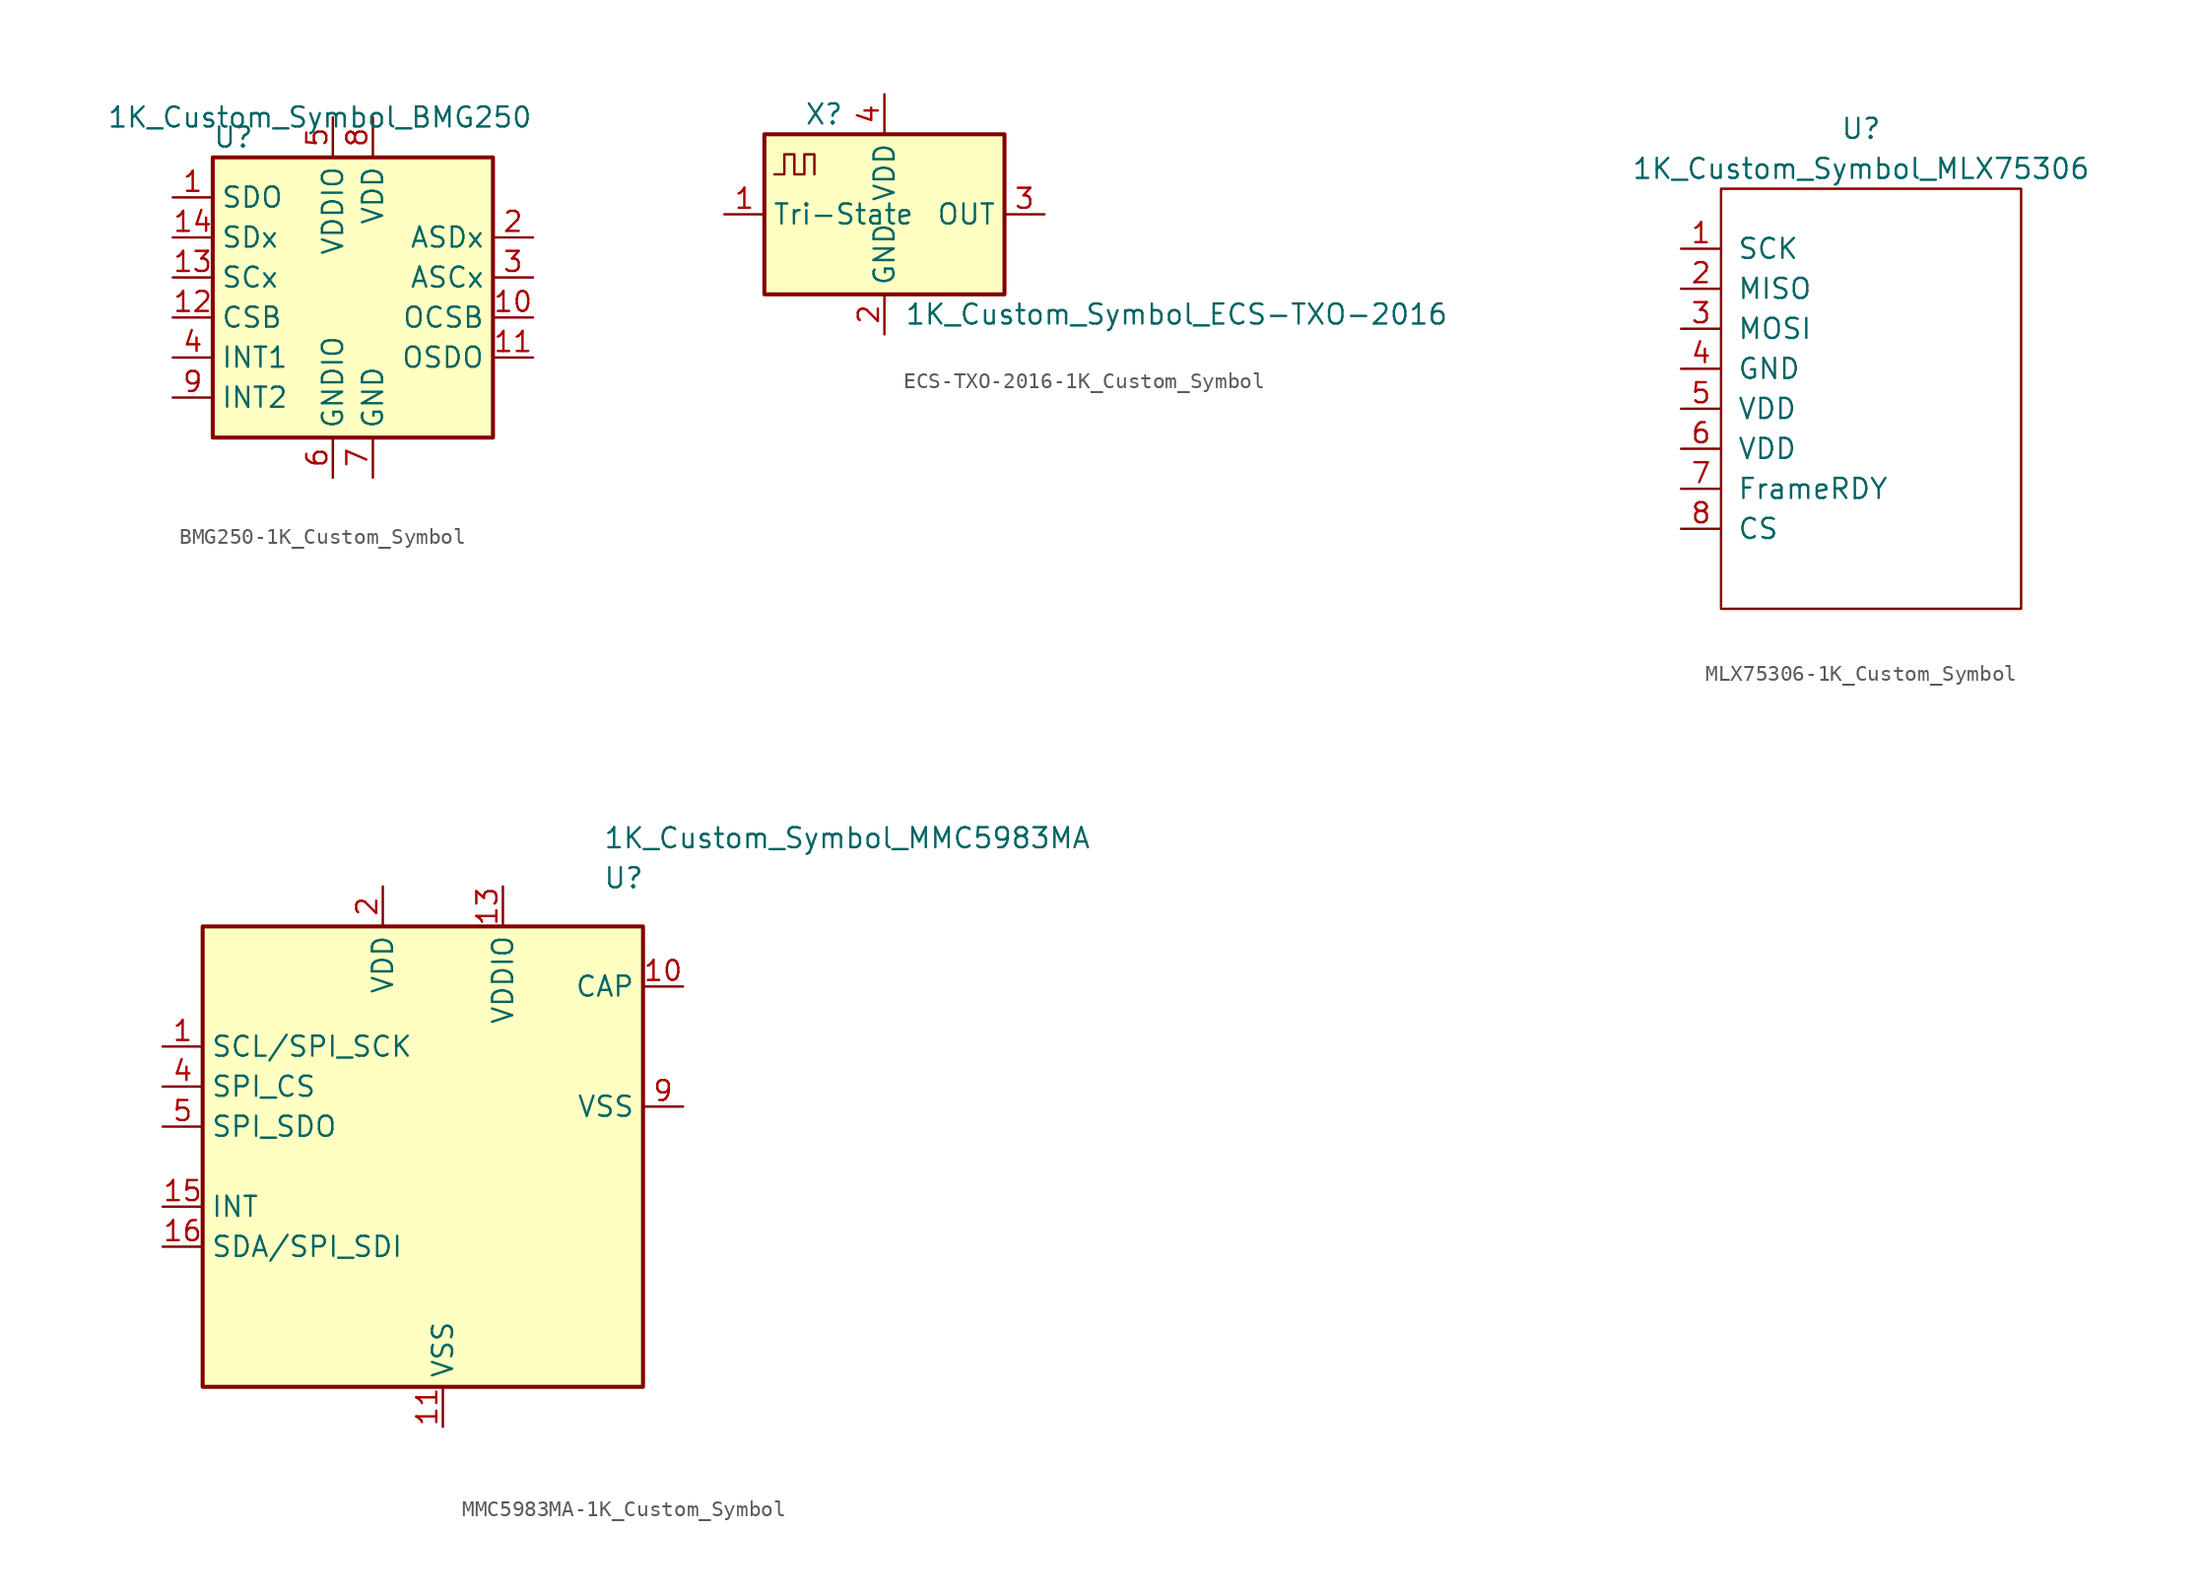
<source format=kicad_sym>
(kicad_symbol_lib
  (version 20231120)
  (generator "kicad_symbol_editor")
  (generator_version "8.0")
  (symbol "BMG250-1K_Custom_Symbol"
    (property "Reference" "U"
      (at -10.16 8.89 0)
      (effects (font (size 1.27 1.27)) (justify left)))
    (property "Value" "1K_Custom_Symbol_BMG250"
      (at 10.16 10.16 0)
      (effects (font (size 1.27 1.27)) (justify right)))
    (symbol "BMG250-1K_Custom_Symbol_1_1"
      (rectangle (start -10.16 7.62) (end 7.62 -10.16) (stroke (width 0.254) (type solid)) (fill (type background)))
      (pin bidirectional line (at -12.7 5.08 0) (length 2.54) (name "SDO" (effects (font (size 1.27 1.27)))) (number "1" (effects (font (size 1.27 1.27)))))
      (pin bidirectional line (at 10.16 -2.54 180) (length 2.54) (name "OCSB" (effects (font (size 1.27 1.27)))) (number "10" (effects (font (size 1.27 1.27)))))
      (pin bidirectional line (at 10.16 -5.08 180) (length 2.54) (name "OSDO" (effects (font (size 1.27 1.27)))) (number "11" (effects (font (size 1.27 1.27)))))
      (pin input line (at -12.7 -2.54 0) (length 2.54) (name "CSB" (effects (font (size 1.27 1.27)))) (number "12" (effects (font (size 1.27 1.27)))))
      (pin input line (at -12.7 0 0) (length 2.54) (name "SCx" (effects (font (size 1.27 1.27)))) (number "13" (effects (font (size 1.27 1.27)))))
      (pin bidirectional line (at -12.7 2.54 0) (length 2.54) (name "SDx" (effects (font (size 1.27 1.27)))) (number "14" (effects (font (size 1.27 1.27)))))
      (pin bidirectional line (at 10.16 2.54 180) (length 2.54) (name "ASDx" (effects (font (size 1.27 1.27)))) (number "2" (effects (font (size 1.27 1.27)))))
      (pin output line (at 10.16 0 180) (length 2.54) (name "ASCx" (effects (font (size 1.27 1.27)))) (number "3" (effects (font (size 1.27 1.27)))))
      (pin bidirectional line (at -12.7 -5.08 0) (length 2.54) (name "INT1" (effects (font (size 1.27 1.27)))) (number "4" (effects (font (size 1.27 1.27)))))
      (pin power_in line (at -2.54 10.16 270) (length 2.54) (name "VDDIO" (effects (font (size 1.27 1.27)))) (number "5" (effects (font (size 1.27 1.27)))))
      (pin power_in line (at -2.54 -12.7 90) (length 2.54) (name "GNDIO" (effects (font (size 1.27 1.27)))) (number "6" (effects (font (size 1.27 1.27)))))
      (pin power_in line (at 0 -12.7 90) (length 2.54) (name "GND" (effects (font (size 1.27 1.27)))) (number "7" (effects (font (size 1.27 1.27)))))
      (pin power_in line (at 0 10.16 270) (length 2.54) (name "VDD" (effects (font (size 1.27 1.27)))) (number "8" (effects (font (size 1.27 1.27)))))
      (pin bidirectional line (at -12.7 -7.62 0) (length 2.54) (name "INT2" (effects (font (size 1.27 1.27)))) (number "9" (effects (font (size 1.27 1.27)))))))
  (symbol "ECS-TXO-2016-1K_Custom_Symbol"
    (property "Reference" "X"
      (at -5.08 6.35 0)
      (effects (font (size 1.27 1.27)) (justify left)))
    (property "Value" "1K_Custom_Symbol_ECS-TXO-2016"
      (at 1.27 -6.35 0)
      (effects (font (size 1.27 1.27)) (justify left)))
    (symbol "ECS-TXO-2016-1K_Custom_Symbol_0_1"
      (rectangle (start -7.62 5.08) (end 7.62 -5.08) (stroke (width 0.254) (type solid)) (fill (type background)))
      (polyline (pts (xy -6.985 2.54) (xy -6.35 2.54) (xy -6.35 3.81) (xy -5.715 3.81) (xy -5.715 2.54) (xy -5.08 2.54) (xy -5.08 3.81) (xy -4.445 3.81) (xy -4.445 2.54)) (stroke (width 0) (type solid)) (fill (type none))))
    (symbol "ECS-TXO-2016-1K_Custom_Symbol_1_1"
      (pin input line (at -10.16 0 0) (length 2.54) (name "Tri-State" (effects (font (size 1.27 1.27)))) (number "1" (effects (font (size 1.27 1.27)))))
      (pin power_in line (at 0 -7.62 90) (length 2.54) (name "GND" (effects (font (size 1.27 1.27)))) (number "2" (effects (font (size 1.27 1.27)))))
      (pin output line (at 10.16 0 180) (length 2.54) (name "OUT" (effects (font (size 1.27 1.27)))) (number "3" (effects (font (size 1.27 1.27)))))
      (pin power_in line (at 0 7.62 270) (length 2.54) (name "VDD" (effects (font (size 1.27 1.27)))) (number "4" (effects (font (size 1.27 1.27)))))))
  (symbol "MLX75306-1K_Custom_Symbol"
    (pin_names
      (offset 1.016))
    (property "Reference" "U"
      (at 0 16.51 0)
      (effects (font (size 1.27 1.27))))
    (property "Value" "1K_Custom_Symbol_MLX75306"
      (at 0 13.97 0)
      (effects (font (size 1.27 1.27))))
    (symbol "MLX75306-1K_Custom_Symbol_0_1"
      (rectangle (start -8.89 12.7) (end 10.16 -13.97) (stroke (width 0) (type solid)) (fill (type none))))
    (symbol "MLX75306-1K_Custom_Symbol_1_1"
      (pin input line (at -11.43 8.89 0) (length 2.54) (name "SCK" (effects (font (size 1.27 1.27)))) (number "1" (effects (font (size 1.27 1.27)))))
      (pin no_connect line (at 12.7 6.35 180) (length 2.54) hide (name "~" (effects (font (size 1.27 1.27)))) (number "10" (effects (font (size 1.27 1.27)))))
      (pin no_connect line (at 12.7 3.81 180) (length 2.54) hide (name "~" (effects (font (size 1.27 1.27)))) (number "11" (effects (font (size 1.27 1.27)))))
      (pin no_connect line (at 12.7 1.27 180) (length 2.54) hide (name "~" (effects (font (size 1.27 1.27)))) (number "12" (effects (font (size 1.27 1.27)))))
      (pin no_connect line (at 12.7 -1.27 180) (length 2.54) hide (name "~" (effects (font (size 1.27 1.27)))) (number "13" (effects (font (size 1.27 1.27)))))
      (pin no_connect line (at 12.7 -3.81 180) (length 2.54) hide (name "~" (effects (font (size 1.27 1.27)))) (number "14" (effects (font (size 1.27 1.27)))))
      (pin no_connect line (at 12.7 -6.35 180) (length 2.54) hide (name "~" (effects (font (size 1.27 1.27)))) (number "15" (effects (font (size 1.27 1.27)))))
      (pin no_connect line (at 12.7 -8.89 180) (length 2.54) hide (name "~" (effects (font (size 1.27 1.27)))) (number "16" (effects (font (size 1.27 1.27)))))
      (pin output line (at -11.43 6.35 0) (length 2.54) (name "MISO" (effects (font (size 1.27 1.27)))) (number "2" (effects (font (size 1.27 1.27)))))
      (pin input line (at -11.43 3.81 0) (length 2.54) (name "MOSI" (effects (font (size 1.27 1.27)))) (number "3" (effects (font (size 1.27 1.27)))))
      (pin power_in line (at -11.43 1.27 0) (length 2.54) (name "GND" (effects (font (size 1.27 1.27)))) (number "4" (effects (font (size 1.27 1.27)))))
      (pin power_in line (at -11.43 -1.27 0) (length 2.54) (name "VDD" (effects (font (size 1.27 1.27)))) (number "5" (effects (font (size 1.27 1.27)))))
      (pin power_in line (at -11.43 -3.81 0) (length 2.54) (name "VDD" (effects (font (size 1.27 1.27)))) (number "6" (effects (font (size 1.27 1.27)))))
      (pin output line (at -11.43 -6.35 0) (length 2.54) (name "FrameRDY" (effects (font (size 1.27 1.27)))) (number "7" (effects (font (size 1.27 1.27)))))
      (pin input line (at -11.43 -8.89 0) (length 2.54) (name "CS" (effects (font (size 1.27 1.27)))) (number "8" (effects (font (size 1.27 1.27)))))
      (pin no_connect line (at 12.7 8.89 180) (length 2.54) hide (name "~" (effects (font (size 1.27 1.27)))) (number "9" (effects (font (size 1.27 1.27)))))))
  (symbol "MMC5983MA-1K_Custom_Symbol"
    (property "Reference" "U"
      (at 5.08 13.97 0)
      (effects (font (size 1.27 1.27)) (justify left top)))
    (property "Value" "1K_Custom_Symbol_MMC5983MA"
      (at 5.08 16.51 0)
      (effects (font (size 1.27 1.27)) (justify left top)))
    (symbol "MMC5983MA-1K_Custom_Symbol_0_1"
      (rectangle (start -20.32 -19.05) (end 7.62 10.16) (stroke (width 0.254) (type solid)) (fill (type background))))
    (symbol "MMC5983MA-1K_Custom_Symbol_1_1"
      (pin input line (at -22.86 2.54 0) (length 2.54) (name "SCL/SPI_SCK" (effects (font (size 1.27 1.27)))) (number "1" (effects (font (size 1.27 1.27)))))
      (pin passive line (at 10.16 6.35 180) (length 2.54) (name "CAP" (effects (font (size 1.27 1.27)))) (number "10" (effects (font (size 1.27 1.27)))))
      (pin power_in line (at -5.08 -21.59 90) (length 2.54) (name "VSS" (effects (font (size 1.27 1.27)))) (number "11" (effects (font (size 1.27 1.27)))))
      (pin no_connect line (at 10.16 -10.16 180) (length 2.54) hide (name "NC" (effects (font (size 1.27 1.27)))) (number "12" (effects (font (size 1.27 1.27)))))
      (pin power_in line (at -1.27 12.7 270) (length 2.54) (name "VDDIO" (effects (font (size 1.27 1.27)))) (number "13" (effects (font (size 1.27 1.27)))))
      (pin no_connect line (at 10.16 -15.24 180) (length 2.54) hide (name "NC" (effects (font (size 1.27 1.27)))) (number "14" (effects (font (size 1.27 1.27)))))
      (pin output line (at -22.86 -7.62 0) (length 2.54) (name "INT" (effects (font (size 1.27 1.27)))) (number "15" (effects (font (size 1.27 1.27)))))
      (pin bidirectional line (at -22.86 -10.16 0) (length 2.54) (name "SDA/SPI_SDI" (effects (font (size 1.27 1.27)))) (number "16" (effects (font (size 1.27 1.27)))))
      (pin power_in line (at -8.89 12.7 270) (length 2.54) (name "VDD" (effects (font (size 1.27 1.27)))) (number "2" (effects (font (size 1.27 1.27)))))
      (pin no_connect line (at 10.16 -7.62 180) (length 2.54) hide (name "NC" (effects (font (size 1.27 1.27)))) (number "3" (effects (font (size 1.27 1.27)))))
      (pin input line (at -22.86 0 0) (length 2.54) (name "SPI_CS" (effects (font (size 1.27 1.27)))) (number "4" (effects (font (size 1.27 1.27)))))
      (pin output line (at -22.86 -2.54 0) (length 2.54) (name "SPI_SDO" (effects (font (size 1.27 1.27)))) (number "5" (effects (font (size 1.27 1.27)))))
      (pin no_connect line (at 10.16 -5.08 180) (length 2.54) hide (name "NC" (effects (font (size 1.27 1.27)))) (number "6" (effects (font (size 1.27 1.27)))))
      (pin no_connect line (at 10.16 -17.78 180) (length 2.54) hide (name "NC" (effects (font (size 1.27 1.27)))) (number "7" (effects (font (size 1.27 1.27)))))
      (pin no_connect line (at 10.16 -12.7 180) (length 2.54) hide (name "NC" (effects (font (size 1.27 1.27)))) (number "8" (effects (font (size 1.27 1.27)))))
      (pin power_in line (at 10.16 -1.27 180) (length 2.54) (name "VSS" (effects (font (size 1.27 1.27)))) (number "9" (effects (font (size 1.27 1.27))))))))
</source>
